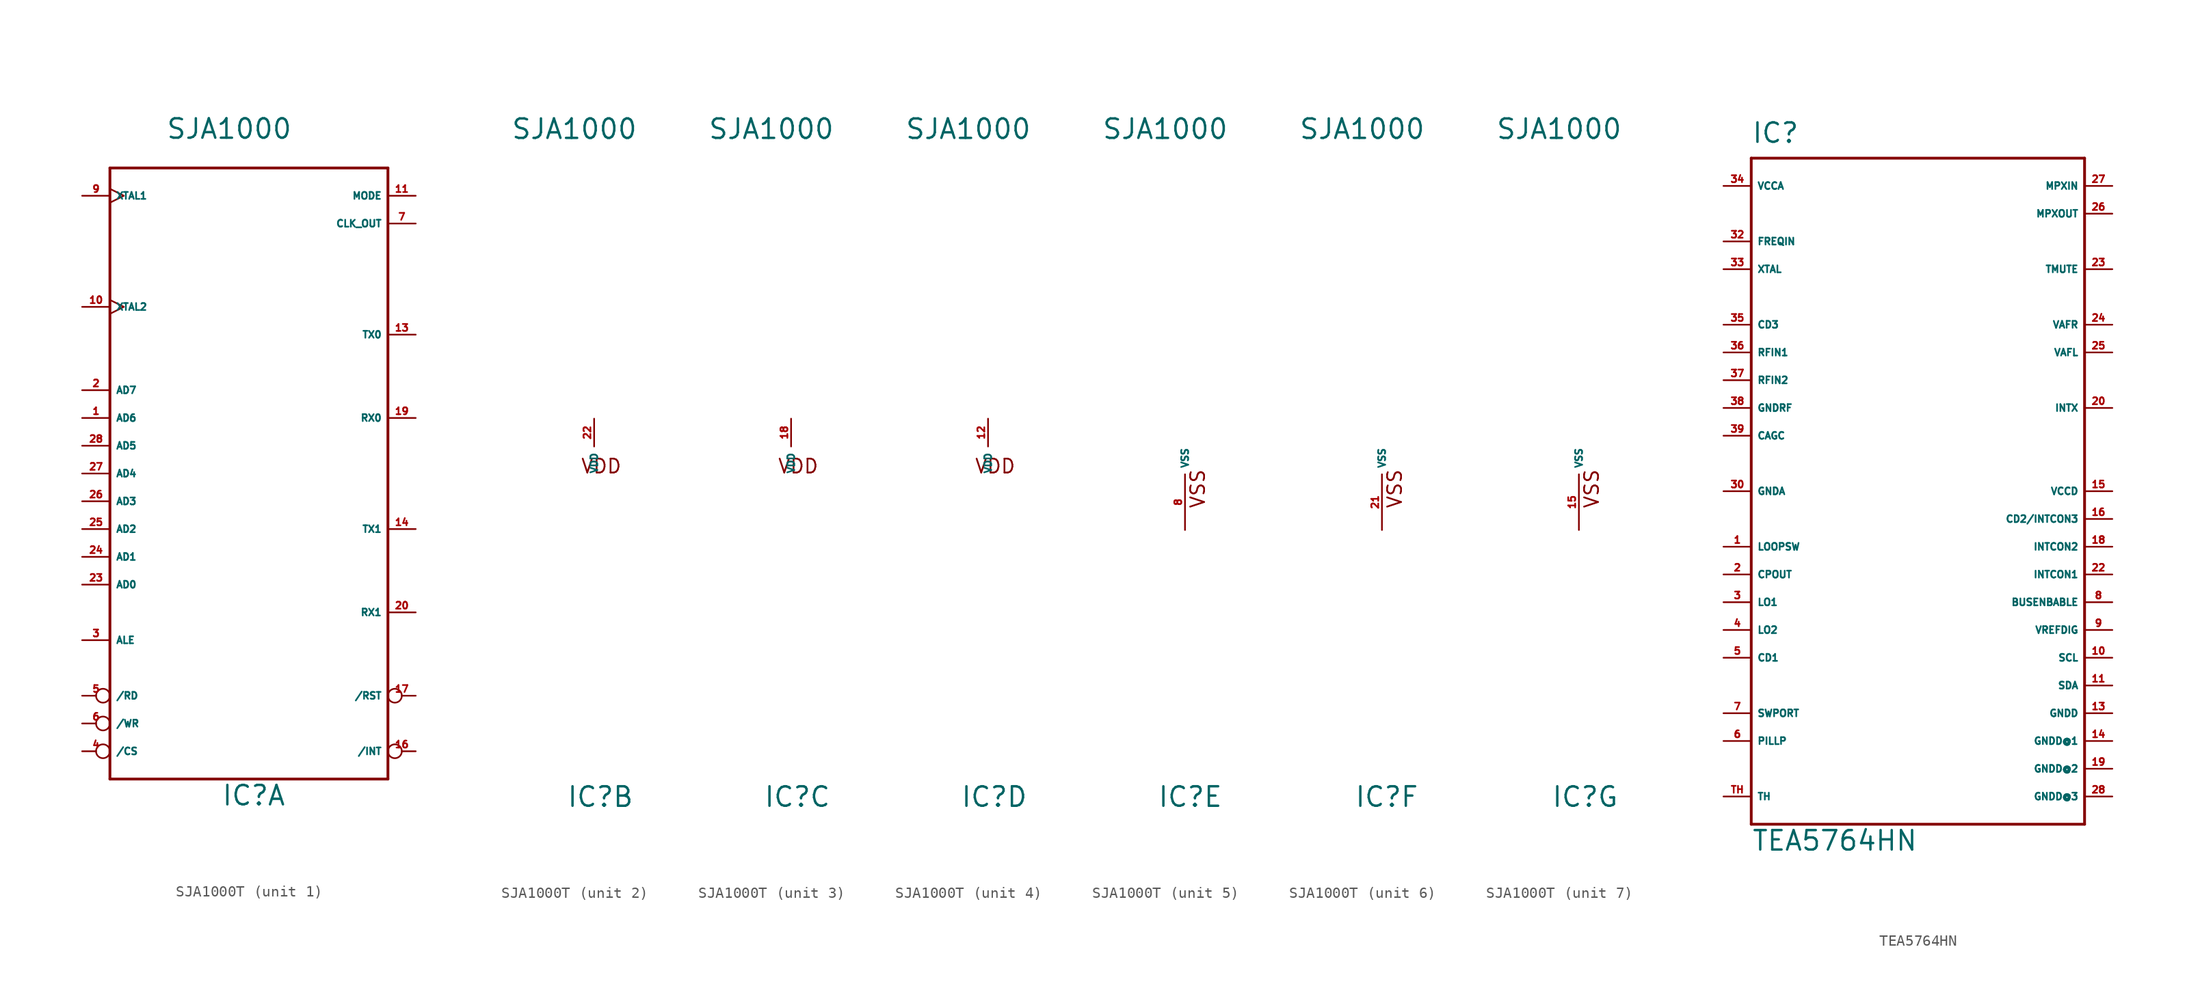
<source format=kicad_sym>
(kicad_symbol_lib
  (version 20220914)
  (generator Eagle2Kicad)
  (symbol "SJA1000T"
    (property "Reference" "IC"
      (at -2.54 -30.48 0)
      (effects (font (size 1.778 1.778) (thickness 0.22)) (justify left bottom)))
    (property "Value" "SJA1000"
      (at -7.62 30.48 0)
      (effects (font (size 1.778 1.778) (thickness 0.22)) (justify left bottom)))
    (symbol "SJA1000T_1_0"
      (polyline (pts (xy -12.7 27.94) (xy -12.7 -27.94)) (stroke (width 0.254) (type default)) (fill (type none)))
      (polyline (pts (xy 12.7 -27.94) (xy -12.7 -27.94)) (stroke (width 0.254) (type default)) (fill (type none)))
      (polyline (pts (xy 12.7 -27.94) (xy 12.7 27.94)) (stroke (width 0.254) (type default)) (fill (type none)))
      (polyline (pts (xy -12.7 27.94) (xy 12.7 27.94)) (stroke (width 0.254) (type default)) (fill (type none)))
      (pin tri_state line (at -15.24 -10.16 0) (length 2.54) (name "AD0" (effects (font (size 0.635 0.635) (thickness 0.08)) (justify left bottom))) (number "23" (effects (font (size 0.635 0.635) (thickness 0.08)) (justify left bottom))))
      (pin tri_state line (at -15.24 -7.62 0) (length 2.54) (name "AD1" (effects (font (size 0.635 0.635) (thickness 0.08)) (justify left bottom))) (number "24" (effects (font (size 0.635 0.635) (thickness 0.08)) (justify left bottom))))
      (pin tri_state line (at -15.24 -5.08 0) (length 2.54) (name "AD2" (effects (font (size 0.635 0.635) (thickness 0.08)) (justify left bottom))) (number "25" (effects (font (size 0.635 0.635) (thickness 0.08)) (justify left bottom))))
      (pin tri_state line (at -15.24 -2.54 0) (length 2.54) (name "AD3" (effects (font (size 0.635 0.635) (thickness 0.08)) (justify left bottom))) (number "26" (effects (font (size 0.635 0.635) (thickness 0.08)) (justify left bottom))))
      (pin tri_state line (at -15.24 0 0) (length 2.54) (name "AD4" (effects (font (size 0.635 0.635) (thickness 0.08)) (justify left bottom))) (number "27" (effects (font (size 0.635 0.635) (thickness 0.08)) (justify left bottom))))
      (pin tri_state line (at -15.24 2.54 0) (length 2.54) (name "AD5" (effects (font (size 0.635 0.635) (thickness 0.08)) (justify left bottom))) (number "28" (effects (font (size 0.635 0.635) (thickness 0.08)) (justify left bottom))))
      (pin tri_state line (at -15.24 5.08 0) (length 2.54) (name "AD6" (effects (font (size 0.635 0.635) (thickness 0.08)) (justify left bottom))) (number "1" (effects (font (size 0.635 0.635) (thickness 0.08)) (justify left bottom))))
      (pin tri_state line (at -15.24 7.62 0) (length 2.54) (name "AD7" (effects (font (size 0.635 0.635) (thickness 0.08)) (justify left bottom))) (number "2" (effects (font (size 0.635 0.635) (thickness 0.08)) (justify left bottom))))
      (pin input clock (at -15.24 25.4 0) (length 2.54) (name "XTAL1" (effects (font (size 0.635 0.635) (thickness 0.08)) (justify left bottom))) (number "9" (effects (font (size 0.635 0.635) (thickness 0.08)) (justify left bottom))))
      (pin input clock (at -15.24 15.24 0) (length 2.54) (name "XTAL2" (effects (font (size 0.635 0.635) (thickness 0.08)) (justify left bottom))) (number "10" (effects (font (size 0.635 0.635) (thickness 0.08)) (justify left bottom))))
      (pin input line (at 15.24 25.4 180) (length 2.54) (name "MODE" (effects (font (size 0.635 0.635) (thickness 0.08)) (justify left bottom))) (number "11" (effects (font (size 0.635 0.635) (thickness 0.08)) (justify left bottom))))
      (pin input inverted (at 15.24 -20.32 180) (length 2.54) (name "/RST" (effects (font (size 0.635 0.635) (thickness 0.08)) (justify left bottom))) (number "17" (effects (font (size 0.635 0.635) (thickness 0.08)) (justify left bottom))))
      (pin output inverted (at 15.24 -25.4 180) (length 2.54) (name "/INT" (effects (font (size 0.635 0.635) (thickness 0.08)) (justify left bottom))) (number "16" (effects (font (size 0.635 0.635) (thickness 0.08)) (justify left bottom))))
      (pin bidirectional line (at -15.24 -15.24 0) (length 2.54) (name "ALE" (effects (font (size 0.635 0.635) (thickness 0.08)) (justify left bottom))) (number "3" (effects (font (size 0.635 0.635) (thickness 0.08)) (justify left bottom))))
      (pin input inverted (at -15.24 -25.4 0) (length 2.54) (name "/CS" (effects (font (size 0.635 0.635) (thickness 0.08)) (justify left bottom))) (number "4" (effects (font (size 0.635 0.635) (thickness 0.08)) (justify left bottom))))
      (pin input inverted (at -15.24 -20.32 0) (length 2.54) (name "/RD" (effects (font (size 0.635 0.635) (thickness 0.08)) (justify left bottom))) (number "5" (effects (font (size 0.635 0.635) (thickness 0.08)) (justify left bottom))))
      (pin input inverted (at -15.24 -22.86 0) (length 2.54) (name "/WR" (effects (font (size 0.635 0.635) (thickness 0.08)) (justify left bottom))) (number "6" (effects (font (size 0.635 0.635) (thickness 0.08)) (justify left bottom))))
      (pin output line (at 15.24 22.86 180) (length 2.54) (name "CLK_OUT" (effects (font (size 0.635 0.635) (thickness 0.08)) (justify left bottom))) (number "7" (effects (font (size 0.635 0.635) (thickness 0.08)) (justify left bottom))))
      (pin output line (at 15.24 12.7 180) (length 2.54) (name "TX0" (effects (font (size 0.635 0.635) (thickness 0.08)) (justify left bottom))) (number "13" (effects (font (size 0.635 0.635) (thickness 0.08)) (justify left bottom))))
      (pin output line (at 15.24 -5.08 180) (length 2.54) (name "TX1" (effects (font (size 0.635 0.635) (thickness 0.08)) (justify left bottom))) (number "14" (effects (font (size 0.635 0.635) (thickness 0.08)) (justify left bottom))))
      (pin input line (at 15.24 5.08 180) (length 2.54) (name "RX0" (effects (font (size 0.635 0.635) (thickness 0.08)) (justify left bottom))) (number "19" (effects (font (size 0.635 0.635) (thickness 0.08)) (justify left bottom))))
      (pin input line (at 15.24 -12.7 180) (length 2.54) (name "RX1" (effects (font (size 0.635 0.635) (thickness 0.08)) (justify left bottom))) (number "20" (effects (font (size 0.635 0.635) (thickness 0.08)) (justify left bottom)))))
    (symbol "SJA1000T_2_0"
      (text "VDD" (at -1.27 0 0) (effects (font (size 1.27 1.27) (thickness 0.16)) (justify left bottom)))
      (pin unspecified line (at 0 5.08 270) (length 2.54) (name "VDD" (effects (font (size 0.635 0.635) (thickness 0.08)) (justify left bottom))) (number "22" (effects (font (size 0.635 0.635) (thickness 0.08)) (justify left bottom)))))
    (symbol "SJA1000T_3_0"
      (text "VDD" (at -1.27 0 0) (effects (font (size 1.27 1.27) (thickness 0.16)) (justify left bottom)))
      (pin unspecified line (at 0 5.08 270) (length 2.54) (name "VDD" (effects (font (size 0.635 0.635) (thickness 0.08)) (justify left bottom))) (number "18" (effects (font (size 0.635 0.635) (thickness 0.08)) (justify left bottom)))))
    (symbol "SJA1000T_4_0"
      (text "VDD" (at -1.27 0 0) (effects (font (size 1.27 1.27) (thickness 0.16)) (justify left bottom)))
      (pin unspecified line (at 0 5.08 270) (length 2.54) (name "VDD" (effects (font (size 0.635 0.635) (thickness 0.08)) (justify left bottom))) (number "12" (effects (font (size 0.635 0.635) (thickness 0.08)) (justify left bottom)))))
    (symbol "SJA1000T_5_0"
      (text "VSS" (at 1.905 -3.175 900) (effects (font (size 1.27 1.27) (thickness 0.16)) (justify left bottom)))
      (pin unspecified line (at 0 -5.08 90) (length 5.08) (name "VSS" (effects (font (size 0.635 0.635) (thickness 0.08)) (justify left bottom))) (number "8" (effects (font (size 0.635 0.635) (thickness 0.08)) (justify left bottom)))))
    (symbol "SJA1000T_6_0"
      (text "VSS" (at 1.905 -3.175 900) (effects (font (size 1.27 1.27) (thickness 0.16)) (justify left bottom)))
      (pin unspecified line (at 0 -5.08 90) (length 5.08) (name "VSS" (effects (font (size 0.635 0.635) (thickness 0.08)) (justify left bottom))) (number "21" (effects (font (size 0.635 0.635) (thickness 0.08)) (justify left bottom)))))
    (symbol "SJA1000T_7_0"
      (text "VSS" (at 1.905 -3.175 900) (effects (font (size 1.27 1.27) (thickness 0.16)) (justify left bottom)))
      (pin unspecified line (at 0 -5.08 90) (length 5.08) (name "VSS" (effects (font (size 0.635 0.635) (thickness 0.08)) (justify left bottom))) (number "15" (effects (font (size 0.635 0.635) (thickness 0.08)) (justify left bottom))))))
  (symbol "TEA5764HN"
    (property "Reference" "IC"
      (at -15.24 31.75 0)
      (effects (font (size 1.778 1.778) (thickness 0.22)) (justify left bottom)))
    (property "Value" "TEA5764HN"
      (at -15.24 -33.02 0)
      (effects (font (size 1.778 1.778) (thickness 0.22)) (justify left bottom)))
    (polyline
      (pts (xy -15.24 -30.48) (xy 15.24 -30.48))
      (stroke (width 0.254) (type default))
      (fill (type none)))
    (polyline
      (pts (xy 15.24 -30.48) (xy 15.24 30.48))
      (stroke (width 0.254) (type default))
      (fill (type none)))
    (polyline
      (pts (xy 15.24 30.48) (xy -15.24 30.48))
      (stroke (width 0.254) (type default))
      (fill (type none)))
    (polyline
      (pts (xy -15.24 30.48) (xy -15.24 -30.48))
      (stroke (width 0.254) (type default))
      (fill (type none)))
    (pin input line
      (at -17.78 -5.08 0)
      (length 2.54)
      (name "LOOPSW" (effects (font (size 0.635 0.635) (thickness 0.08)) (justify left bottom)))
      (number "1" (effects (font (size 0.635 0.635) (thickness 0.08)) (justify left bottom))))
    (pin input line
      (at -17.78 -7.62 0)
      (length 2.54)
      (name "CPOUT" (effects (font (size 0.635 0.635) (thickness 0.08)) (justify left bottom)))
      (number "2" (effects (font (size 0.635 0.635) (thickness 0.08)) (justify left bottom))))
    (pin input line
      (at -17.78 -10.16 0)
      (length 2.54)
      (name "LO1" (effects (font (size 0.635 0.635) (thickness 0.08)) (justify left bottom)))
      (number "3" (effects (font (size 0.635 0.635) (thickness 0.08)) (justify left bottom))))
    (pin input line
      (at -17.78 -12.7 0)
      (length 2.54)
      (name "LO2" (effects (font (size 0.635 0.635) (thickness 0.08)) (justify left bottom)))
      (number "4" (effects (font (size 0.635 0.635) (thickness 0.08)) (justify left bottom))))
    (pin input line
      (at -17.78 -15.24 0)
      (length 2.54)
      (name "CD1" (effects (font (size 0.635 0.635) (thickness 0.08)) (justify left bottom)))
      (number "5" (effects (font (size 0.635 0.635) (thickness 0.08)) (justify left bottom))))
    (pin input line
      (at -17.78 -22.86 0)
      (length 2.54)
      (name "PILLP" (effects (font (size 0.635 0.635) (thickness 0.08)) (justify left bottom)))
      (number "6" (effects (font (size 0.635 0.635) (thickness 0.08)) (justify left bottom))))
    (pin output line
      (at -17.78 -20.32 0)
      (length 2.54)
      (name "SWPORT" (effects (font (size 0.635 0.635) (thickness 0.08)) (justify left bottom)))
      (number "7" (effects (font (size 0.635 0.635) (thickness 0.08)) (justify left bottom))))
    (pin input line
      (at 17.78 -10.16 180)
      (length 2.54)
      (name "BUSENBABLE" (effects (font (size 0.635 0.635) (thickness 0.08)) (justify left bottom)))
      (number "8" (effects (font (size 0.635 0.635) (thickness 0.08)) (justify left bottom))))
    (pin input line
      (at 17.78 -12.7 180)
      (length 2.54)
      (name "VREFDIG" (effects (font (size 0.635 0.635) (thickness 0.08)) (justify left bottom)))
      (number "9" (effects (font (size 0.635 0.635) (thickness 0.08)) (justify left bottom))))
    (pin input line
      (at 17.78 -15.24 180)
      (length 2.54)
      (name "SCL" (effects (font (size 0.635 0.635) (thickness 0.08)) (justify left bottom)))
      (number "10" (effects (font (size 0.635 0.635) (thickness 0.08)) (justify left bottom))))
    (pin bidirectional line
      (at 17.78 -17.78 180)
      (length 2.54)
      (name "SDA" (effects (font (size 0.635 0.635) (thickness 0.08)) (justify left bottom)))
      (number "11" (effects (font (size 0.635 0.635) (thickness 0.08)) (justify left bottom))))
    (pin unspecified line
      (at 17.78 -20.32 180)
      (length 2.54)
      (name "GNDD" (effects (font (size 0.635 0.635) (thickness 0.08)) (justify left bottom)))
      (number "13" (effects (font (size 0.635 0.635) (thickness 0.08)) (justify left bottom))))
    (pin unspecified line
      (at 17.78 -22.86 180)
      (length 2.54)
      (name "GNDD@1" (effects (font (size 0.635 0.635) (thickness 0.08)) (justify left bottom)))
      (number "14" (effects (font (size 0.635 0.635) (thickness 0.08)) (justify left bottom))))
    (pin unspecified line
      (at 17.78 0 180)
      (length 2.54)
      (name "VCCD" (effects (font (size 0.635 0.635) (thickness 0.08)) (justify left bottom)))
      (number "15" (effects (font (size 0.635 0.635) (thickness 0.08)) (justify left bottom))))
    (pin input line
      (at 17.78 -2.54 180)
      (length 2.54)
      (name "CD2/INTCON3" (effects (font (size 0.635 0.635) (thickness 0.08)) (justify left bottom)))
      (number "16" (effects (font (size 0.635 0.635) (thickness 0.08)) (justify left bottom))))
    (pin input line
      (at 17.78 -5.08 180)
      (length 2.54)
      (name "INTCON2" (effects (font (size 0.635 0.635) (thickness 0.08)) (justify left bottom)))
      (number "18" (effects (font (size 0.635 0.635) (thickness 0.08)) (justify left bottom))))
    (pin unspecified line
      (at 17.78 -25.4 180)
      (length 2.54)
      (name "GNDD@2" (effects (font (size 0.635 0.635) (thickness 0.08)) (justify left bottom)))
      (number "19" (effects (font (size 0.635 0.635) (thickness 0.08)) (justify left bottom))))
    (pin output line
      (at 17.78 7.62 180)
      (length 2.54)
      (name "INTX" (effects (font (size 0.635 0.635) (thickness 0.08)) (justify left bottom)))
      (number "20" (effects (font (size 0.635 0.635) (thickness 0.08)) (justify left bottom))))
    (pin input line
      (at 17.78 -7.62 180)
      (length 2.54)
      (name "INTCON1" (effects (font (size 0.635 0.635) (thickness 0.08)) (justify left bottom)))
      (number "22" (effects (font (size 0.635 0.635) (thickness 0.08)) (justify left bottom))))
    (pin input line
      (at 17.78 20.32 180)
      (length 2.54)
      (name "TMUTE" (effects (font (size 0.635 0.635) (thickness 0.08)) (justify left bottom)))
      (number "23" (effects (font (size 0.635 0.635) (thickness 0.08)) (justify left bottom))))
    (pin output line
      (at 17.78 15.24 180)
      (length 2.54)
      (name "VAFR" (effects (font (size 0.635 0.635) (thickness 0.08)) (justify left bottom)))
      (number "24" (effects (font (size 0.635 0.635) (thickness 0.08)) (justify left bottom))))
    (pin output line
      (at 17.78 12.7 180)
      (length 2.54)
      (name "VAFL" (effects (font (size 0.635 0.635) (thickness 0.08)) (justify left bottom)))
      (number "25" (effects (font (size 0.635 0.635) (thickness 0.08)) (justify left bottom))))
    (pin output line
      (at 17.78 25.4 180)
      (length 2.54)
      (name "MPXOUT" (effects (font (size 0.635 0.635) (thickness 0.08)) (justify left bottom)))
      (number "26" (effects (font (size 0.635 0.635) (thickness 0.08)) (justify left bottom))))
    (pin unspecified line
      (at 17.78 -27.94 180)
      (length 2.54)
      (name "GNDD@3" (effects (font (size 0.635 0.635) (thickness 0.08)) (justify left bottom)))
      (number "28" (effects (font (size 0.635 0.635) (thickness 0.08)) (justify left bottom))))
    (pin input line
      (at -17.78 0 0)
      (length 2.54)
      (name "GNDA" (effects (font (size 0.635 0.635) (thickness 0.08)) (justify left bottom)))
      (number "30" (effects (font (size 0.635 0.635) (thickness 0.08)) (justify left bottom))))
    (pin input line
      (at -17.78 22.86 0)
      (length 2.54)
      (name "FREQIN" (effects (font (size 0.635 0.635) (thickness 0.08)) (justify left bottom)))
      (number "32" (effects (font (size 0.635 0.635) (thickness 0.08)) (justify left bottom))))
    (pin input line
      (at -17.78 20.32 0)
      (length 2.54)
      (name "XTAL" (effects (font (size 0.635 0.635) (thickness 0.08)) (justify left bottom)))
      (number "33" (effects (font (size 0.635 0.635) (thickness 0.08)) (justify left bottom))))
    (pin input line
      (at -17.78 27.94 0)
      (length 2.54)
      (name "VCCA" (effects (font (size 0.635 0.635) (thickness 0.08)) (justify left bottom)))
      (number "34" (effects (font (size 0.635 0.635) (thickness 0.08)) (justify left bottom))))
    (pin input line
      (at -17.78 15.24 0)
      (length 2.54)
      (name "CD3" (effects (font (size 0.635 0.635) (thickness 0.08)) (justify left bottom)))
      (number "35" (effects (font (size 0.635 0.635) (thickness 0.08)) (justify left bottom))))
    (pin input line
      (at -17.78 12.7 0)
      (length 2.54)
      (name "RFIN1" (effects (font (size 0.635 0.635) (thickness 0.08)) (justify left bottom)))
      (number "36" (effects (font (size 0.635 0.635) (thickness 0.08)) (justify left bottom))))
    (pin input line
      (at -17.78 10.16 0)
      (length 2.54)
      (name "RFIN2" (effects (font (size 0.635 0.635) (thickness 0.08)) (justify left bottom)))
      (number "37" (effects (font (size 0.635 0.635) (thickness 0.08)) (justify left bottom))))
    (pin input line
      (at -17.78 7.62 0)
      (length 2.54)
      (name "GNDRF" (effects (font (size 0.635 0.635) (thickness 0.08)) (justify left bottom)))
      (number "38" (effects (font (size 0.635 0.635) (thickness 0.08)) (justify left bottom))))
    (pin input line
      (at -17.78 5.08 0)
      (length 2.54)
      (name "CAGC" (effects (font (size 0.635 0.635) (thickness 0.08)) (justify left bottom)))
      (number "39" (effects (font (size 0.635 0.635) (thickness 0.08)) (justify left bottom))))
    (pin input line
      (at 17.78 27.94 180)
      (length 2.54)
      (name "MPXIN" (effects (font (size 0.635 0.635) (thickness 0.08)) (justify left bottom)))
      (number "27" (effects (font (size 0.635 0.635) (thickness 0.08)) (justify left bottom))))
    (pin passive line
      (at -17.78 -27.94 0)
      (length 2.54)
      (name "TH" (effects (font (size 0.635 0.635) (thickness 0.08)) (justify left bottom)))
      (number "TH" (effects (font (size 0.635 0.635) (thickness 0.08)) (justify left bottom))))))
</source>
